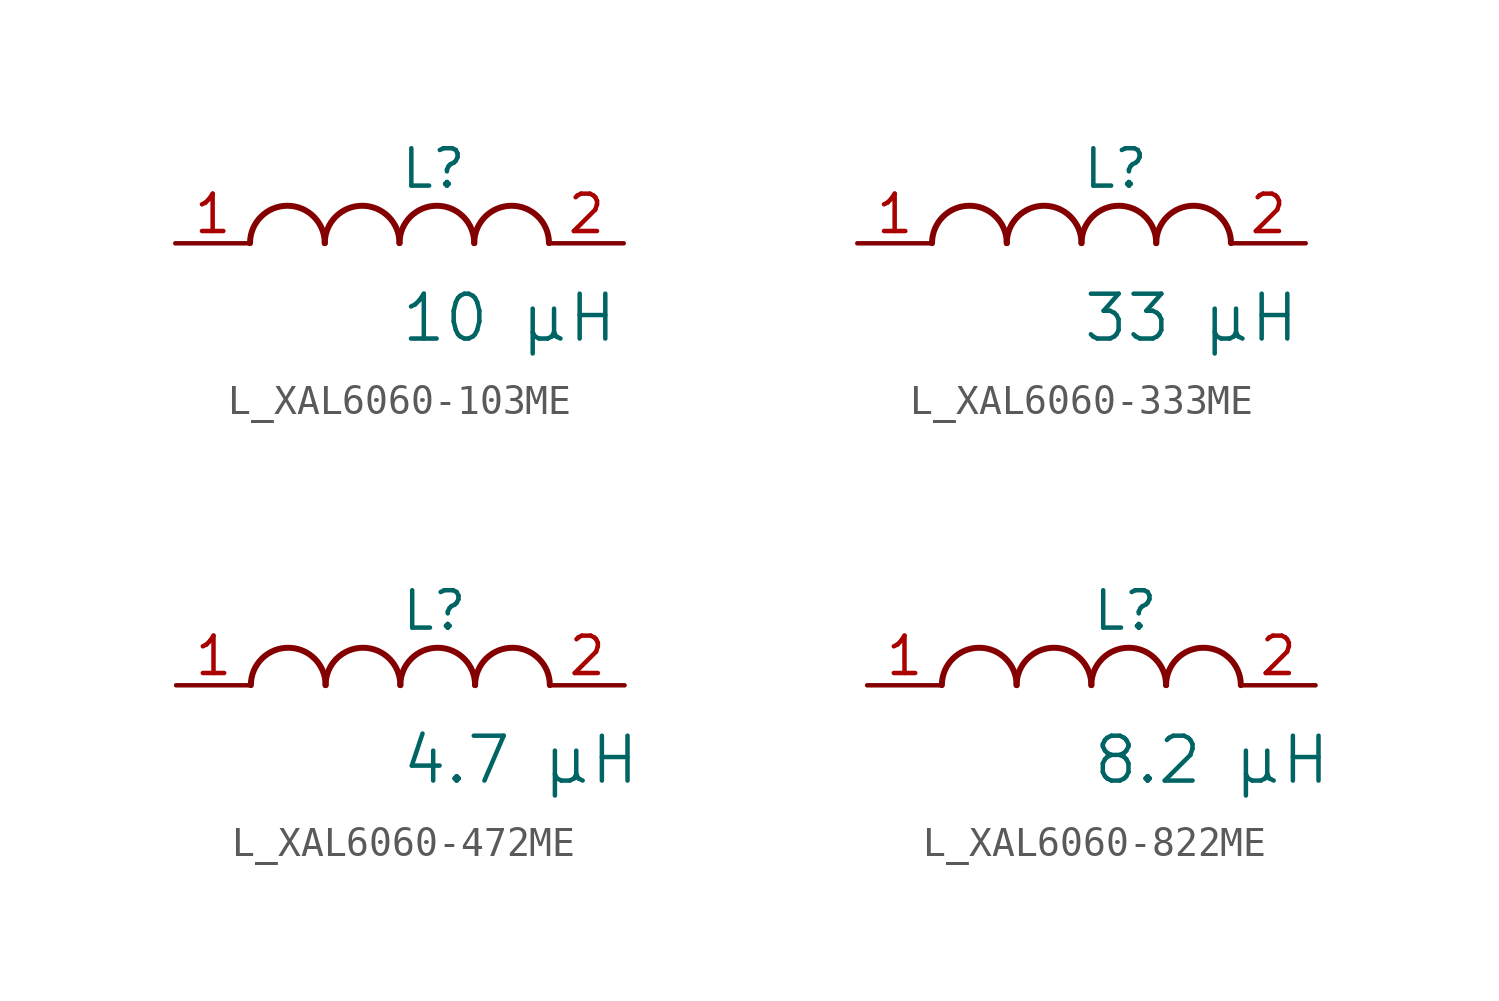
<source format=kicad_sym>
(kicad_symbol_lib
  (version 20231120)
  (generator "kicad_symbol_editor")
  (generator_version "8.0")
  (symbol "L_XAL6060-103ME"
    (pin_names
      (offset 0.254))
    (property "Reference" "L"
      (at 0 2.54 0)
      (effects (font (size 1.27 1.27)) (justify left)))
    (property "Value" "10 µH"
      (at 0 -2.54 0)
      (effects (font (size 1.524 1.524)) (justify left)))
    (symbol "L_XAL6060-103ME_1_1"
      (arc (start -2.54 0.0056) (mid -3.81 1.27) (end -5.08 0.0056) (stroke (width 0.2032) (type default)) (fill (type none)))
      (arc (start 0 0.0056) (mid -1.27 1.27) (end -2.54 0.0056) (stroke (width 0.2032) (type default)) (fill (type none)))
      (arc (start 2.54 0.0056) (mid 1.27 1.27) (end 0 0.0056) (stroke (width 0.2032) (type default)) (fill (type none)))
      (arc (start 5.08 0.0056) (mid 3.81 1.27) (end 2.54 0.0056) (stroke (width 0.2032) (type default)) (fill (type none)))
      (pin unspecified line (at -7.62 0 0) (length 2.54) (name "" (effects (font (size 1.27 1.27)))) (number "1" (effects (font (size 1.27 1.27)))))
      (pin unspecified line (at 7.62 0 180) (length 2.54) (name "" (effects (font (size 1.27 1.27)))) (number "2" (effects (font (size 1.27 1.27)))))))
  (symbol "L_XAL6060-333ME"
    (pin_names
      (offset 0.254))
    (property "Reference" "L"
      (at 0 2.54 0)
      (effects (font (size 1.27 1.27)) (justify left)))
    (property "Value" "33 µH"
      (at 0 -2.54 0)
      (effects (font (size 1.524 1.524)) (justify left)))
    (symbol "L_XAL6060-333ME_1_1"
      (arc (start -2.54 0.0056) (mid -3.81 1.27) (end -5.08 0.0056) (stroke (width 0.2032) (type default)) (fill (type none)))
      (arc (start 0 0.0056) (mid -1.27 1.27) (end -2.54 0.0056) (stroke (width 0.2032) (type default)) (fill (type none)))
      (arc (start 2.54 0.0056) (mid 1.27 1.27) (end 0 0.0056) (stroke (width 0.2032) (type default)) (fill (type none)))
      (arc (start 5.08 0.0056) (mid 3.81 1.27) (end 2.54 0.0056) (stroke (width 0.2032) (type default)) (fill (type none)))
      (pin unspecified line (at -7.62 0 0) (length 2.54) (name "" (effects (font (size 1.27 1.27)))) (number "1" (effects (font (size 1.27 1.27)))))
      (pin unspecified line (at 7.62 0 180) (length 2.54) (name "" (effects (font (size 1.27 1.27)))) (number "2" (effects (font (size 1.27 1.27)))))))
  (symbol "L_XAL6060-472ME"
    (pin_names
      (offset 0.254))
    (property "Reference" "L"
      (at 0 2.54 0)
      (effects (font (size 1.27 1.27)) (justify left)))
    (property "Value" "4.7 µH"
      (at 0 -2.54 0)
      (effects (font (size 1.524 1.524)) (justify left)))
    (symbol "L_XAL6060-472ME_1_1"
      (arc (start -2.54 0.0056) (mid -3.81 1.27) (end -5.08 0.0056) (stroke (width 0.2032) (type default)) (fill (type none)))
      (arc (start 0 0.0056) (mid -1.27 1.27) (end -2.54 0.0056) (stroke (width 0.2032) (type default)) (fill (type none)))
      (arc (start 2.54 0.0056) (mid 1.27 1.27) (end 0 0.0056) (stroke (width 0.2032) (type default)) (fill (type none)))
      (arc (start 5.08 0.0056) (mid 3.81 1.27) (end 2.54 0.0056) (stroke (width 0.2032) (type default)) (fill (type none)))
      (pin unspecified line (at -7.62 0 0) (length 2.54) (name "" (effects (font (size 1.27 1.27)))) (number "1" (effects (font (size 1.27 1.27)))))
      (pin unspecified line (at 7.62 0 180) (length 2.54) (name "" (effects (font (size 1.27 1.27)))) (number "2" (effects (font (size 1.27 1.27)))))))
  (symbol "L_XAL6060-822ME"
    (pin_names
      (offset 0.254))
    (property "Reference" "L"
      (at 0 2.54 0)
      (effects (font (size 1.27 1.27)) (justify left)))
    (property "Value" "8.2 µH"
      (at 0 -2.54 0)
      (effects (font (size 1.524 1.524)) (justify left)))
    (symbol "L_XAL6060-822ME_1_1"
      (arc (start -2.54 0.0056) (mid -3.81 1.27) (end -5.08 0.0056) (stroke (width 0.2032) (type default)) (fill (type none)))
      (arc (start 0 0.0056) (mid -1.27 1.27) (end -2.54 0.0056) (stroke (width 0.2032) (type default)) (fill (type none)))
      (arc (start 2.54 0.0056) (mid 1.27 1.27) (end 0 0.0056) (stroke (width 0.2032) (type default)) (fill (type none)))
      (arc (start 5.08 0.0056) (mid 3.81 1.27) (end 2.54 0.0056) (stroke (width 0.2032) (type default)) (fill (type none)))
      (pin unspecified line (at -7.62 0 0) (length 2.54) (name "" (effects (font (size 1.27 1.27)))) (number "1" (effects (font (size 1.27 1.27)))))
      (pin unspecified line (at 7.62 0 180) (length 2.54) (name "" (effects (font (size 1.27 1.27)))) (number "2" (effects (font (size 1.27 1.27))))))))
</source>
